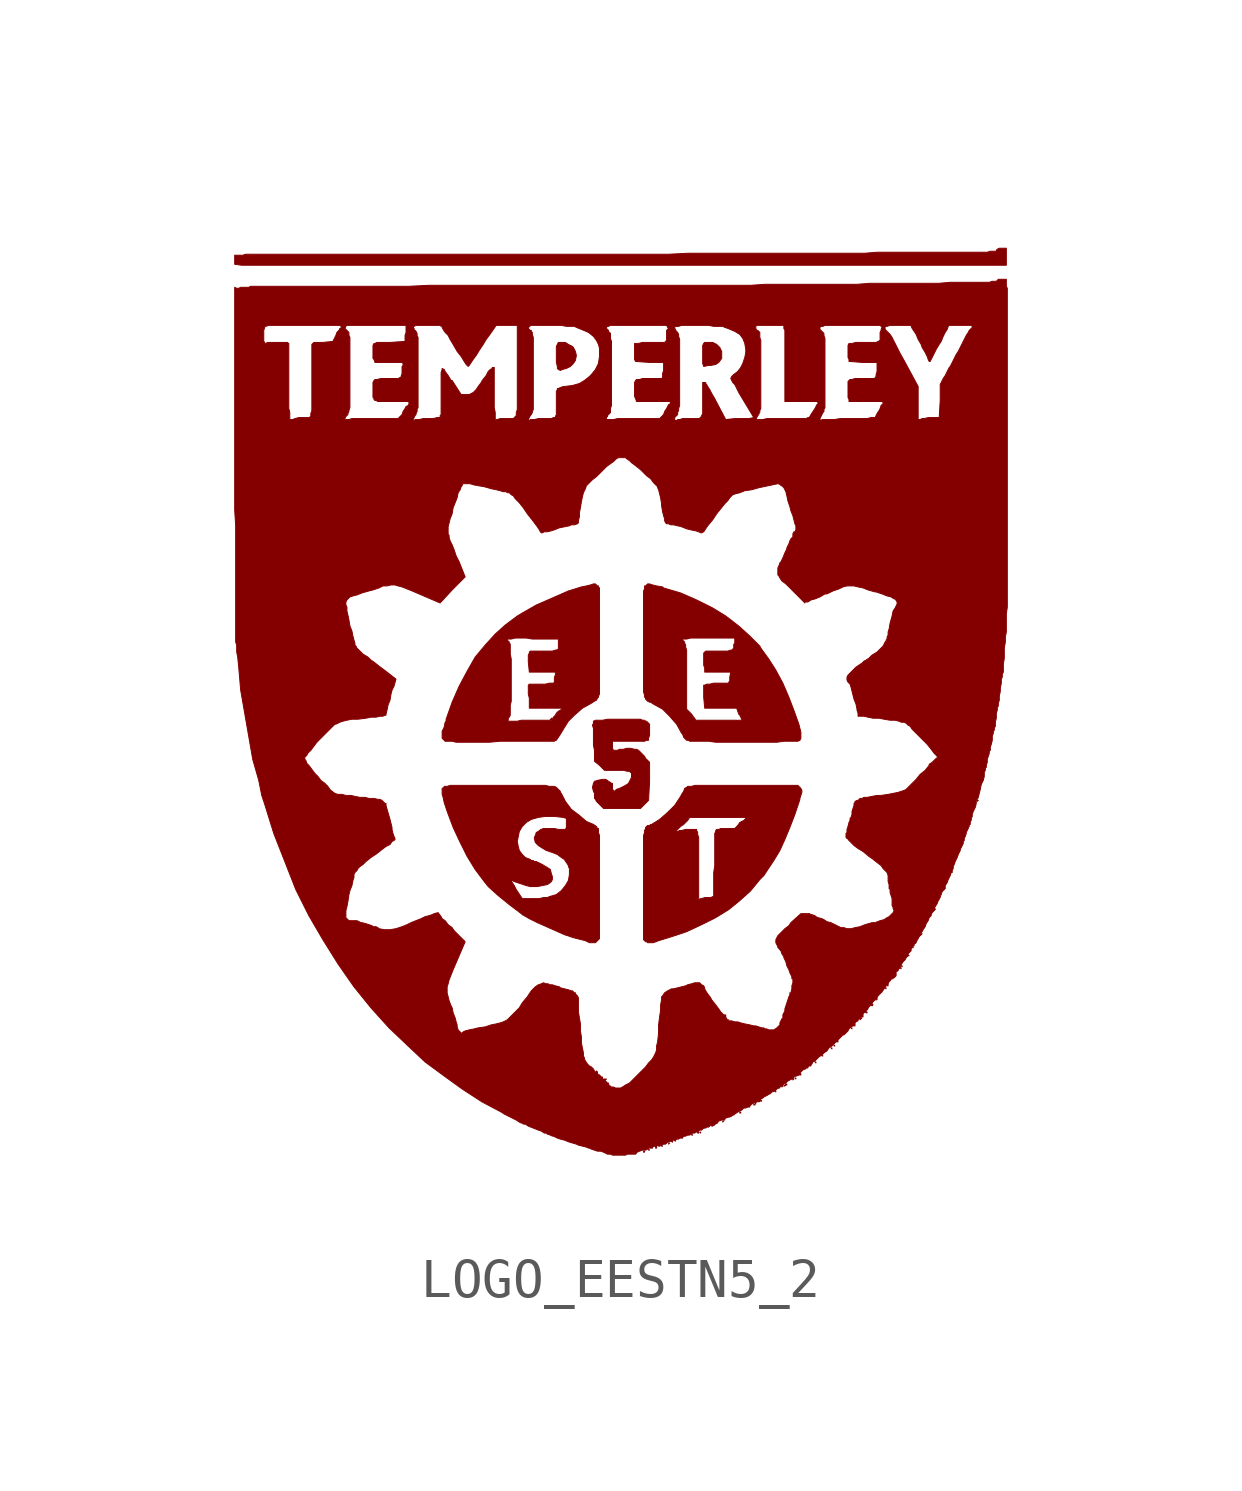
<source format=kicad_sym>
(kicad_symbol_lib
  (version 20211014)
  (generator kicad_symbol_editor)
  (symbol "LOGO_EESTN5_2"
    (pin_names
      (offset 1.016))
    (property "Reference" "#G"
      (at 0 -13.284 0)
      (effects (font (size 1.524 1.524)) hide))
    (symbol "LOGO_EESTN5_2_0_0"
      (polyline (pts (xy 0.711 -11.354) (xy 0.711 -11.379) (xy 0.737 -11.379) (xy 0.711 -11.354)) (stroke (width 0.025) (type default) (color 0 0 0 0)) (fill (type outline)))
      (polyline (pts (xy 1.041 -11.252) (xy 1.041 -11.278) (xy 1.067 -11.278) (xy 1.041 -11.252)) (stroke (width 0.025) (type default) (color 0 0 0 0)) (fill (type outline)))
      (polyline (pts (xy 1.245 -11.201) (xy 1.219 -11.201) (xy 1.219 -11.227) (xy 1.245 -11.201)) (stroke (width 0.025) (type default) (color 0 0 0 0)) (fill (type outline)))
      (polyline (pts (xy 1.803 -10.973) (xy 1.803 -10.998) (xy 1.829 -10.998) (xy 1.803 -10.973)) (stroke (width 0.025) (type default) (color 0 0 0 0)) (fill (type outline)))
      (polyline (pts (xy 2.032 -10.922) (xy 2.007 -10.922) (xy 2.032 -10.947) (xy 2.032 -10.922)) (stroke (width 0.025) (type default) (color 0 0 0 0)) (fill (type outline)))
      (polyline (pts (xy 2.616 -10.643) (xy 2.591 -10.643) (xy 2.591 -10.668) (xy 2.616 -10.643)) (stroke (width 0.025) (type default) (color 0 0 0 0)) (fill (type outline)))
      (polyline (pts (xy 3.378 -10.211) (xy 3.378 -10.236) (xy 3.404 -10.236) (xy 3.378 -10.211)) (stroke (width 0.025) (type default) (color 0 0 0 0)) (fill (type outline)))
      (polyline (pts (xy 3.429 -10.185) (xy 3.404 -10.211) (xy 3.429 -10.211) (xy 3.429 -10.185)) (stroke (width 0.025) (type default) (color 0 0 0 0)) (fill (type outline)))
      (polyline (pts (xy 3.531 -10.135) (xy 3.505 -10.135) (xy 3.505 -10.16) (xy 3.531 -10.135)) (stroke (width 0.025) (type default) (color 0 0 0 0)) (fill (type outline)))
      (polyline (pts (xy 3.937 -9.881) (xy 3.912 -9.881) (xy 3.937 -9.906) (xy 3.937 -9.881)) (stroke (width 0.025) (type default) (color 0 0 0 0)) (fill (type outline)))
      (polyline (pts (xy 4.445 -9.55) (xy 4.42 -9.55) (xy 4.445 -9.576) (xy 4.445 -9.55)) (stroke (width 0.025) (type default) (color 0 0 0 0)) (fill (type outline)))
      (polyline (pts (xy 4.953 -9.144) (xy 4.928 -9.144) (xy 4.953 -9.169) (xy 4.953 -9.144)) (stroke (width 0.025) (type default) (color 0 0 0 0)) (fill (type outline)))
      (polyline (pts (xy 5.105 -8.966) (xy 5.105 -8.992) (xy 5.131 -8.992) (xy 5.105 -8.966)) (stroke (width 0.025) (type default) (color 0 0 0 0)) (fill (type outline)))
      (polyline (pts (xy 5.359 -8.788) (xy 5.334 -8.788) (xy 5.359 -8.814) (xy 5.359 -8.788)) (stroke (width 0.025) (type default) (color 0 0 0 0)) (fill (type outline)))
      (polyline (pts (xy 5.41 -8.712) (xy 5.41 -8.738) (xy 5.436 -8.738) (xy 5.41 -8.712)) (stroke (width 0.025) (type default) (color 0 0 0 0)) (fill (type outline)))
      (polyline (pts (xy 5.867 -8.28) (xy 5.842 -8.28) (xy 5.867 -8.306) (xy 5.867 -8.28)) (stroke (width 0.025) (type default) (color 0 0 0 0)) (fill (type outline)))
      (polyline (pts (xy 6.121 -8.026) (xy 6.071 -8.026) (xy 6.071 -8.077) (xy 6.121 -8.026)) (stroke (width 0.025) (type default) (color 0 0 0 0)) (fill (type outline)))
      (polyline (pts (xy 6.731 -7.264) (xy 6.706 -7.264) (xy 6.731 -7.29) (xy 6.731 -7.264)) (stroke (width 0.025) (type default) (color 0 0 0 0)) (fill (type outline)))
      (polyline (pts (xy 7.112 -6.756) (xy 7.087 -6.756) (xy 7.112 -6.782) (xy 7.112 -6.756)) (stroke (width 0.025) (type default) (color 0 0 0 0)) (fill (type outline)))
      (polyline (pts (xy 7.137 -6.706) (xy 7.112 -6.706) (xy 7.137 -6.731) (xy 7.137 -6.706)) (stroke (width 0.025) (type default) (color 0 0 0 0)) (fill (type outline)))
      (polyline (pts (xy 7.645 -5.893) (xy 7.62 -5.893) (xy 7.62 -5.918) (xy 7.645 -5.893)) (stroke (width 0.025) (type default) (color 0 0 0 0)) (fill (type outline)))
      (polyline (pts (xy 9.068 -2.515) (xy 9.042 -2.515) (xy 9.042 -2.54) (xy 9.068 -2.515)) (stroke (width 0.025) (type default) (color 0 0 0 0)) (fill (type outline)))
      (polyline (pts (xy 0.61 -11.405) (xy 0.584 -11.405) (xy 0.584 -11.43) (xy 0.61 -11.43) (xy 0.61 -11.405)) (stroke (width 0.025) (type default) (color 0 0 0 0)) (fill (type outline)))
      (polyline (pts (xy 1.981 -10.922) (xy 1.956 -10.922) (xy 1.956 -10.947) (xy 1.981 -10.947) (xy 1.981 -10.922)) (stroke (width 0.025) (type default) (color 0 0 0 0)) (fill (type outline)))
      (polyline (pts (xy 3.048 -10.414) (xy 3.023 -10.414) (xy 3.023 -10.439) (xy 3.048 -10.439) (xy 3.048 -10.414)) (stroke (width 0.025) (type default) (color 0 0 0 0)) (fill (type outline)))
      (polyline (pts (xy 6.248 -7.874) (xy 6.198 -7.874) (xy 6.223 -7.899) (xy 6.248 -7.899) (xy 6.248 -7.874)) (stroke (width 0.025) (type default) (color 0 0 0 0)) (fill (type outline)))
      (polyline (pts (xy 6.401 -7.696) (xy 6.375 -7.671) (xy 6.375 -7.696) (xy 6.35 -7.696) (xy 6.375 -7.722) (xy 6.401 -7.696)) (stroke (width 0.025) (type default) (color 0 0 0 0)) (fill (type outline)))
      (polyline (pts (xy 4.191 -9.728) (xy 4.216 -9.728) (xy 4.216 -9.703) (xy 4.191 -9.703) (xy 4.14 -9.754) (xy 4.166 -9.754) (xy 4.191 -9.728)) (stroke (width 0.025) (type default) (color 0 0 0 0)) (fill (type outline)))
      (polyline (pts (xy 2.235 8.509) (xy 2.286 8.509) (xy 2.413 8.534) (xy 2.489 8.585) (xy 2.565 8.687) (xy 2.565 8.865) (xy 2.515 8.966) (xy 2.438 9.042) (xy 2.337 9.093) (xy 2.134 9.093) (xy 2.108 9.068) (xy 2.083 9.017) (xy 2.083 8.56) (xy 2.108 8.484) (xy 2.235 8.509)) (stroke (width 0.025) (type default) (color 0 0 0 0)) (fill (type outline)))
      (polyline (pts (xy 9.779 11.481) (xy 9.601 11.481) (xy 9.55 11.455) (xy 9.525 11.43) (xy 9.525 11.405) (xy 9.373 11.405) (xy 9.296 11.379) (xy 6.502 11.379) (xy 6.198 11.354) (xy 1.727 11.354) (xy 1.219 11.328) (xy -9.5 11.328) (xy -9.576 11.303) (xy -9.779 11.303) (xy -9.779 11.074) (xy -9.601 11.049) (xy 9.779 11.049) (xy 9.779 11.481)) (stroke (width 0.025) (type default) (color 0 0 0 0)) (fill (type outline)))
      (polyline (pts (xy -1.473 8.407) (xy -1.372 8.433) (xy -1.27 8.484) (xy -1.194 8.56) (xy -1.143 8.636) (xy -1.118 8.763) (xy -1.143 8.865) (xy -1.194 8.966) (xy -1.219 8.992) (xy -1.321 9.042) (xy -1.397 9.093) (xy -1.575 9.093) (xy -1.626 8.992) (xy -1.626 8.585) (xy -1.6 8.484) (xy -1.6 8.433) (xy -1.575 8.407) (xy -1.524 8.382) (xy -1.473 8.407)) (stroke (width 0.025) (type default) (color 0 0 0 0)) (fill (type outline)))
      (polyline (pts (xy 0.711 -2.515) (xy 0.737 -2.032) (xy 0.737 -1.549) (xy 0.635 -1.448) (xy 0.61 -1.397) (xy 0.457 -1.245) (xy 0.406 -1.219) (xy 0.356 -1.219) (xy 0.254 -1.194) (xy 0.152 -1.194) (xy 0.076 -1.219) (xy -0.025 -1.219) (xy -0.076 -1.245) (xy -0.178 -1.245) (xy -0.203 -1.194) (xy -0.203 -1.016) (xy 0.61 -1.016) (xy 0.66 -0.991) (xy 0.711 -0.991) (xy 0.711 -0.94) (xy 0.737 -0.864) (xy 0.737 -0.584) (xy 0.66 -0.508) (xy 0.635 -0.508) (xy 0.61 -0.483) (xy 0.559 -0.483) (xy 0.508 -0.457) (xy -0.33 -0.457) (xy -0.457 -0.483) (xy -0.635 -0.483) (xy -0.686 -0.508) (xy -0.686 -0.559) (xy -0.711 -0.61) (xy -0.686 -0.686) (xy -0.686 -1.118) (xy -0.66 -1.245) (xy -0.66 -1.524) (xy -0.533 -1.626) (xy -0.406 -1.753) (xy 0.076 -1.753) (xy 0.178 -1.778) (xy 0.229 -1.778) (xy 0.279 -1.829) (xy 0.279 -1.93) (xy 0.203 -2.083) (xy 0.127 -2.134) (xy -0.025 -2.21) (xy -0.102 -2.235) (xy -0.152 -2.286) (xy -0.203 -2.235) (xy -0.203 -2.083) (xy -0.229 -2.083) (xy -0.254 -2.057) (xy -0.305 -2.032) (xy -0.33 -2.007) (xy -0.381 -1.981) (xy -0.457 -1.981) (xy -0.584 -2.007) (xy -0.66 -2.032) (xy -0.686 -2.083) (xy -0.711 -2.184) (xy -0.686 -2.286) (xy -0.66 -2.337) (xy -0.66 -2.464) (xy -0.635 -2.489) (xy -0.61 -2.54) (xy -0.432 -2.718) (xy 0.508 -2.718) (xy 0.711 -2.515)) (stroke (width 0.025) (type default) (color 0 0 0 0)) (fill (type outline)))
      (polyline (pts (xy 0.965 -6.071) (xy 1.295 -5.969) (xy 1.676 -5.842) (xy 2.057 -5.664) (xy 2.413 -5.486) (xy 2.743 -5.283) (xy 3.023 -5.055) (xy 3.277 -4.826) (xy 3.302 -4.801) (xy 3.429 -4.648) (xy 3.531 -4.521) (xy 3.632 -4.42) (xy 3.886 -4.039) (xy 4.039 -3.785) (xy 4.166 -3.505) (xy 4.293 -3.2) (xy 4.42 -2.87) (xy 4.547 -2.489) (xy 4.547 -2.464) (xy 4.597 -2.311) (xy 4.597 -2.261) (xy 4.572 -2.21) (xy 4.496 -2.134) (xy 1.88 -2.134) (xy 1.803 -2.159) (xy 1.702 -2.159) (xy 1.676 -2.184) (xy 1.626 -2.21) (xy 1.6 -2.286) (xy 1.549 -2.362) (xy 1.524 -2.413) (xy 1.372 -2.642) (xy 1.194 -2.819) (xy 0.991 -2.997) (xy 0.787 -3.124) (xy 0.762 -3.124) (xy 0.737 -3.15) (xy 0.686 -3.15) (xy 0.635 -3.2) (xy 0.635 -3.226) (xy 0.61 -3.277) (xy 0.61 -3.302) (xy 1.422 -3.302) (xy 1.422 -3.277) (xy 1.524 -3.175) (xy 1.6 -3.124) (xy 1.702 -3.023) (xy 1.753 -2.946) (xy 3.175 -2.946) (xy 3.175 -2.972) (xy 3.124 -3.023) (xy 3.023 -3.073) (xy 2.972 -3.15) (xy 2.896 -3.226) (xy 2.54 -3.226) (xy 2.489 -3.251) (xy 2.438 -3.251) (xy 2.413 -3.277) (xy 2.413 -3.302) (xy 2.388 -3.353) (xy 2.388 -4.166) (xy 2.362 -4.343) (xy 2.362 -4.953) (xy 2.337 -4.953) (xy 2.286 -4.978) (xy 2.134 -4.978) (xy 2.057 -5.004) (xy 2.032 -5.004) (xy 1.981 -5.029) (xy 1.981 -3.454) (xy 1.956 -3.378) (xy 1.956 -3.327) (xy 1.93 -3.277) (xy 1.93 -3.251) (xy 1.651 -3.251) (xy 1.549 -3.277) (xy 1.499 -3.277) (xy 1.448 -3.302) (xy 1.422 -3.302) (xy 0.61 -3.302) (xy 0.61 -3.327) (xy 0.584 -3.404) (xy 0.584 -6.045) (xy 0.635 -6.096) (xy 0.66 -6.096) (xy 0.686 -6.121) (xy 0.838 -6.121) (xy 0.965 -6.071)) (stroke (width 0.025) (type default) (color 0 0 0 0)) (fill (type outline)))
      (polyline (pts (xy 4.14 -1.016) (xy 4.496 -1.016) (xy 4.547 -0.991) (xy 4.572 -0.94) (xy 4.572 -0.787) (xy 4.521 -0.584) (xy 4.394 -0.229) (xy 4.267 0.102) (xy 4.115 0.457) (xy 3.937 0.787) (xy 3.759 1.067) (xy 3.556 1.346) (xy 3.531 1.397) (xy 3.277 1.651) (xy 2.997 1.905) (xy 2.667 2.159) (xy 2.337 2.362) (xy 1.93 2.565) (xy 1.524 2.743) (xy 1.092 2.87) (xy 1.067 2.896) (xy 0.914 2.921) (xy 0.813 2.946) (xy 0.737 2.972) (xy 0.686 2.972) (xy 0.635 2.921) (xy 0.61 2.921) (xy 0.61 2.845) (xy 0.584 2.794) (xy 0.584 1.549) (xy 1.575 1.549) (xy 1.575 1.575) (xy 1.676 1.575) (xy 1.778 1.6) (xy 2.896 1.6) (xy 2.896 1.448) (xy 2.87 1.448) (xy 2.87 1.346) (xy 2.819 1.295) (xy 2.794 1.295) (xy 2.718 1.27) (xy 2.159 1.27) (xy 2.108 1.219) (xy 2.108 0.914) (xy 2.134 0.838) (xy 2.134 0.737) (xy 2.794 0.737) (xy 2.769 0.61) (xy 2.769 0.508) (xy 2.743 0.483) (xy 2.743 0.457) (xy 2.362 0.457) (xy 2.261 0.432) (xy 2.184 0.432) (xy 2.134 0.406) (xy 2.108 0.406) (xy 2.108 0.102) (xy 2.134 -0.178) (xy 2.946 -0.178) (xy 2.997 -0.33) (xy 3.023 -0.356) (xy 3.073 -0.457) (xy 3.073 -0.483) (xy 2.972 -0.483) (xy 2.946 -0.508) (xy 2.946 -0.483) (xy 1.905 -0.483) (xy 1.88 -0.432) (xy 1.854 -0.406) (xy 1.803 -0.33) (xy 1.676 -0.203) (xy 1.676 1.295) (xy 1.651 1.372) (xy 1.651 1.422) (xy 1.626 1.473) (xy 1.626 1.499) (xy 1.575 1.549) (xy 0.584 1.549) (xy 0.584 0.229) (xy 0.61 0.152) (xy 0.61 0.102) (xy 0.635 0.076) (xy 0.635 0.051) (xy 0.686 0) (xy 0.737 -0.025) (xy 0.762 -0.025) (xy 0.838 -0.076) (xy 1.067 -0.203) (xy 1.245 -0.381) (xy 1.422 -0.584) (xy 1.549 -0.813) (xy 1.575 -0.838) (xy 1.6 -0.914) (xy 1.676 -0.991) (xy 1.727 -0.991) (xy 1.753 -1.016) (xy 2.235 -1.016) (xy 2.413 -1.041) (xy 3.962 -1.041) (xy 4.14 -1.016)) (stroke (width 0.025) (type default) (color 0 0 0 0)) (fill (type outline)))
      (polyline (pts (xy -3.048 -1.016) (xy -1.676 -1.016) (xy -1.651 -0.991) (xy -1.626 -0.991) (xy -1.524 -0.838) (xy -1.448 -0.711) (xy -1.321 -0.508) (xy -1.168 -0.356) (xy -0.965 -0.178) (xy -0.737 -0.051) (xy -0.66 0) (xy -0.61 0.025) (xy -0.584 0.076) (xy -0.559 0.102) (xy -0.559 0.127) (xy -0.533 0.178) (xy -0.533 2.87) (xy -0.559 2.896) (xy -0.559 2.921) (xy -0.584 2.921) (xy -0.635 2.972) (xy -0.686 2.972) (xy -0.762 2.946) (xy -0.864 2.921) (xy -0.991 2.896) (xy -1.321 2.794) (xy -2.134 2.438) (xy -2.489 2.235) (xy -2.616 2.159) (xy -2.921 1.93) (xy -3.175 1.702) (xy -3.429 1.422) (xy -3.683 1.118) (xy -3.886 0.762) (xy -4.089 0.381) (xy -4.267 -0.025) (xy -4.42 -0.457) (xy -4.42 -0.508) (xy -2.87 -0.508) (xy -2.845 -0.483) (xy -2.845 -0.432) (xy -2.819 -0.406) (xy -2.794 -0.356) (xy -2.794 -0.102) (xy -2.769 0) (xy -2.769 1.067) (xy -2.794 1.194) (xy -2.794 1.448) (xy -2.819 1.473) (xy -2.819 1.499) (xy -2.87 1.549) (xy -2.87 1.575) (xy -2.769 1.575) (xy -2.667 1.6) (xy -2.388 1.6) (xy -2.235 1.575) (xy -1.575 1.575) (xy -1.575 1.321) (xy -1.626 1.295) (xy -1.651 1.295) (xy -1.727 1.27) (xy -2.286 1.27) (xy -2.311 1.245) (xy -2.311 1.219) (xy -2.337 1.168) (xy -2.337 0.991) (xy -2.311 0.737) (xy -1.651 0.737) (xy -1.651 0.66) (xy -1.676 0.61) (xy -1.676 0.483) (xy -1.702 0.457) (xy -1.803 0.457) (xy -1.905 0.432) (xy -2.311 0.432) (xy -2.337 0.406) (xy -2.337 0.178) (xy -2.311 0.076) (xy -2.311 -0.178) (xy -1.473 -0.178) (xy -1.473 -0.203) (xy -1.499 -0.203) (xy -1.524 -0.229) (xy -1.575 -0.254) (xy -1.626 -0.305) (xy -1.651 -0.356) (xy -1.702 -0.406) (xy -1.702 -0.432) (xy -1.753 -0.432) (xy -1.753 -0.457) (xy -1.727 -0.483) (xy -1.753 -0.483) (xy -1.778 -0.457) (xy -1.778 -0.483) (xy -2.515 -0.483) (xy -2.616 -0.508) (xy -2.87 -0.508) (xy -4.42 -0.508) (xy -4.445 -0.533) (xy -4.47 -0.66) (xy -4.521 -0.762) (xy -4.521 -0.94) (xy -4.445 -1.016) (xy -4.267 -1.016) (xy -4.166 -1.041) (xy -3.327 -1.041) (xy -3.048 -1.016)) (stroke (width 0.025) (type default) (color 0 0 0 0)) (fill (type outline)))
      (polyline (pts (xy -0.533 -6.02) (xy -0.533 -3.404) (xy -0.559 -3.327) (xy -0.559 -3.226) (xy -0.584 -3.226) (xy -0.61 -3.175) (xy -0.686 -3.124) (xy -0.864 -3.048) (xy -1.041 -2.896) (xy -1.245 -2.743) (xy -1.397 -2.54) (xy -1.499 -2.337) (xy -1.524 -2.311) (xy -1.524 -2.286) (xy -1.626 -2.184) (xy -1.676 -2.159) (xy -1.803 -2.159) (xy -1.905 -2.134) (xy -4.318 -2.134) (xy -4.394 -2.159) (xy -4.47 -2.159) (xy -4.47 -2.184) (xy -4.521 -2.21) (xy -4.521 -2.362) (xy -4.496 -2.438) (xy -4.47 -2.565) (xy -4.394 -2.794) (xy -4.242 -3.2) (xy -4.064 -3.581) (xy -3.886 -3.937) (xy -3.683 -4.267) (xy -3.454 -4.572) (xy -2.769 -4.572) (xy -2.743 -4.547) (xy -2.692 -4.572) (xy -2.388 -4.674) (xy -2.286 -4.699) (xy -2.108 -4.699) (xy -1.854 -4.648) (xy -1.778 -4.597) (xy -1.753 -4.572) (xy -1.727 -4.521) (xy -1.727 -4.445) (xy -1.753 -4.369) (xy -1.778 -4.267) (xy -1.854 -4.216) (xy -1.981 -4.14) (xy -2.134 -4.064) (xy -2.184 -4.064) (xy -2.21 -4.039) (xy -2.261 -4.039) (xy -2.286 -4.013) (xy -2.413 -3.962) (xy -2.489 -3.886) (xy -2.565 -3.785) (xy -2.591 -3.683) (xy -2.616 -3.556) (xy -2.565 -3.302) (xy -2.489 -3.175) (xy -2.388 -3.073) (xy -2.261 -2.997) (xy -2.083 -2.946) (xy -1.905 -2.921) (xy -1.676 -2.921) (xy -1.448 -2.946) (xy -1.372 -2.972) (xy -1.372 -3.2) (xy -1.397 -3.251) (xy -1.575 -3.251) (xy -1.676 -3.226) (xy -1.956 -3.226) (xy -2.007 -3.251) (xy -2.032 -3.251) (xy -2.032 -3.277) (xy -2.057 -3.277) (xy -2.083 -3.302) (xy -2.134 -3.327) (xy -2.159 -3.404) (xy -2.184 -3.454) (xy -2.184 -3.48) (xy -2.159 -3.581) (xy -2.083 -3.658) (xy -2.007 -3.708) (xy -1.88 -3.785) (xy -1.727 -3.835) (xy -1.6 -3.886) (xy -1.499 -3.962) (xy -1.422 -4.013) (xy -1.321 -4.166) (xy -1.321 -4.191) (xy -1.295 -4.242) (xy -1.295 -4.394) (xy -1.321 -4.547) (xy -1.397 -4.674) (xy -1.499 -4.801) (xy -1.626 -4.902) (xy -1.803 -4.953) (xy -1.854 -4.978) (xy -1.956 -4.978) (xy -2.057 -5.004) (xy -2.489 -5.004) (xy -2.642 -4.775) (xy -2.692 -4.674) (xy -2.743 -4.597) (xy -2.769 -4.572) (xy -3.454 -4.572) (xy -3.353 -4.699) (xy -3.099 -4.928) (xy -2.819 -5.156) (xy -2.515 -5.385) (xy -2.489 -5.41) (xy -2.311 -5.512) (xy -2.108 -5.613) (xy -1.422 -5.918) (xy -1.194 -5.994) (xy -0.889 -6.071) (xy -0.787 -6.121) (xy -0.635 -6.121) (xy -0.533 -6.02)) (stroke (width 0.025) (type default) (color 0 0 0 0)) (fill (type outline)))
      (polyline (pts (xy 0.178 -11.481) (xy 0.381 -11.481) (xy 0.406 -11.455) (xy 0.356 -11.455) (xy 0.381 -11.43) (xy 0.432 -11.43) (xy 0.483 -11.405) (xy 0.559 -11.379) (xy 0.635 -11.379) (xy 0.686 -11.354) (xy 0.711 -11.328) (xy 0.813 -11.328) (xy 0.787 -11.303) (xy 0.813 -11.303) (xy 0.864 -11.278) (xy 0.889 -11.278) (xy 0.889 -11.328) (xy 0.914 -11.328) (xy 0.914 -11.278) (xy 0.965 -11.252) (xy 0.965 -11.278) (xy 0.991 -11.278) (xy 1.092 -11.227) (xy 1.143 -11.227) (xy 1.194 -11.176) (xy 1.219 -11.176) (xy 1.27 -11.151) (xy 1.321 -11.176) (xy 1.321 -11.125) (xy 1.346 -11.125) (xy 1.397 -11.151) (xy 1.397 -11.125) (xy 1.422 -11.1) (xy 1.473 -11.1) (xy 1.499 -11.074) (xy 1.575 -11.074) (xy 1.575 -11.049) (xy 1.626 -11.024) (xy 1.651 -11.024) (xy 1.702 -10.998) (xy 1.753 -10.998) (xy 1.778 -10.973) (xy 1.829 -10.947) (xy 1.88 -10.947) (xy 1.905 -10.922) (xy 1.93 -10.922) (xy 1.981 -10.897) (xy 2.007 -10.871) (xy 2.057 -10.871) (xy 2.108 -10.82) (xy 2.159 -10.82) (xy 2.184 -10.795) (xy 2.235 -10.795) (xy 2.286 -10.744) (xy 2.311 -10.744) (xy 2.311 -10.77) (xy 2.337 -10.77) (xy 2.362 -10.744) (xy 2.388 -10.744) (xy 2.362 -10.719) (xy 2.413 -10.719) (xy 2.438 -10.693) (xy 2.464 -10.693) (xy 2.464 -10.668) (xy 2.489 -10.643) (xy 2.565 -10.617) (xy 2.642 -10.617) (xy 2.642 -10.592) (xy 2.667 -10.566) (xy 2.743 -10.541) (xy 2.769 -10.541) (xy 2.819 -10.516) (xy 2.845 -10.49) (xy 2.87 -10.49) (xy 2.896 -10.465) (xy 2.972 -10.414) (xy 3.073 -10.363) (xy 3.124 -10.312) (xy 3.175 -10.312) (xy 3.226 -10.287) (xy 3.277 -10.287) (xy 3.277 -10.262) (xy 3.327 -10.211) (xy 3.378 -10.185) (xy 3.454 -10.16) (xy 3.505 -10.135) (xy 3.581 -10.135) (xy 3.556 -10.109) (xy 3.556 -10.084) (xy 3.607 -10.058) (xy 3.632 -10.033) (xy 3.734 -9.982) (xy 3.759 -9.957) (xy 3.785 -9.957) (xy 3.835 -9.906) (xy 3.912 -9.881) (xy 3.962 -9.83) (xy 4.013 -9.804) (xy 4.039 -9.804) (xy 4.039 -9.779) (xy 4.064 -9.754) (xy 4.089 -9.754) (xy 4.089 -9.779) (xy 4.115 -9.754) (xy 4.115 -9.728) (xy 4.14 -9.703) (xy 4.191 -9.677) (xy 4.242 -9.627) (xy 4.343 -9.576) (xy 4.369 -9.576) (xy 4.369 -9.601) (xy 4.394 -9.576) (xy 4.369 -9.55) (xy 4.394 -9.525) (xy 4.445 -9.5) (xy 4.47 -9.5) (xy 4.521 -9.474) (xy 4.572 -9.474) (xy 4.572 -9.449) (xy 4.547 -9.423) (xy 4.623 -9.347) (xy 4.674 -9.322) (xy 4.699 -9.322) (xy 4.699 -9.296) (xy 4.75 -9.296) (xy 4.75 -9.271) (xy 4.775 -9.246) (xy 4.826 -9.246) (xy 4.826 -9.22) (xy 4.851 -9.195) (xy 4.877 -9.144) (xy 4.928 -9.119) (xy 5.029 -9.017) (xy 5.105 -8.966) (xy 5.156 -8.915) (xy 5.232 -8.865) (xy 5.283 -8.788) (xy 5.359 -8.738) (xy 5.461 -8.636) (xy 5.512 -8.636) (xy 5.512 -8.585) (xy 5.639 -8.458) (xy 5.664 -8.458) (xy 5.766 -8.357) (xy 5.791 -8.306) (xy 5.842 -8.255) (xy 5.893 -8.23) (xy 5.944 -8.23) (xy 5.944 -8.153) (xy 5.969 -8.128) (xy 6.02 -8.103) (xy 6.02 -8.077) (xy 6.096 -8.001) (xy 6.147 -8.001) (xy 6.147 -7.925) (xy 6.274 -7.798) (xy 6.274 -7.772) (xy 6.35 -7.696) (xy 6.401 -7.62) (xy 6.452 -7.569) (xy 6.502 -7.569) (xy 6.502 -7.518) (xy 6.528 -7.468) (xy 6.629 -7.366) (xy 6.68 -7.29) (xy 6.706 -7.264) (xy 6.706 -7.239) (xy 6.731 -7.214) (xy 6.782 -7.214) (xy 6.782 -7.163) (xy 6.807 -7.112) (xy 6.858 -7.061) (xy 6.858 -7.036) (xy 6.909 -7.036) (xy 6.909 -6.985) (xy 6.934 -6.934) (xy 6.96 -6.934) (xy 6.934 -6.985) (xy 6.934 -7.01) (xy 6.985 -6.96) (xy 6.985 -6.858) (xy 7.036 -6.833) (xy 7.036 -6.807) (xy 7.087 -6.756) (xy 7.087 -6.731) (xy 7.112 -6.68) (xy 7.163 -6.604) (xy 7.214 -6.553) (xy 7.239 -6.502) (xy 7.29 -6.452) (xy 7.315 -6.452) (xy 7.29 -6.426) (xy 7.29 -6.401) (xy 7.366 -6.325) (xy 7.366 -6.274) (xy 7.391 -6.248) (xy 7.417 -6.248) (xy 7.417 -6.198) (xy 7.442 -6.198) (xy 7.442 -6.147) (xy 7.468 -6.147) (xy 7.493 -6.121) (xy 7.493 -6.096) (xy 7.518 -6.071) (xy 7.518 -6.045) (xy 7.544 -6.02) (xy 7.569 -5.969) (xy 7.62 -5.918) (xy 7.595 -5.918) (xy 7.62 -5.867) (xy 7.645 -5.842) (xy 7.671 -5.791) (xy 7.722 -5.715) (xy 7.747 -5.639) (xy 7.798 -5.563) (xy 7.823 -5.486) (xy 7.874 -5.436) (xy 7.874 -5.41) (xy 7.899 -5.359) (xy 7.976 -5.283) (xy 7.976 -5.258) (xy 7.95 -5.258) (xy 7.976 -5.207) (xy 8.026 -5.131) (xy 8.052 -5.055) (xy 8.077 -5.029) (xy 8.077 -5.004) (xy 8.103 -4.978) (xy 8.103 -4.953) (xy 8.128 -4.902) (xy 8.153 -4.826) (xy 8.23 -4.75) (xy 8.23 -4.674) (xy 8.28 -4.597) (xy 8.306 -4.521) (xy 8.357 -4.42) (xy 8.382 -4.343) (xy 8.407 -4.343) (xy 8.407 -4.293) (xy 8.433 -4.242) (xy 8.433 -4.191) (xy 8.458 -4.14) (xy 8.484 -4.064) (xy 8.534 -3.962) (xy 8.56 -3.886) (xy 8.611 -3.785) (xy 8.611 -3.759) (xy 8.687 -3.607) (xy 8.687 -3.556) (xy 8.712 -3.531) (xy 8.712 -3.48) (xy 8.738 -3.429) (xy 8.763 -3.353) (xy 8.763 -3.327) (xy 8.814 -3.226) (xy 8.814 -3.2) (xy 8.839 -3.175) (xy 8.839 -3.124) (xy 8.865 -3.124) (xy 8.865 -3.048) (xy 8.89 -3.023) (xy 8.89 -2.972) (xy 8.915 -2.921) (xy 8.915 -2.87) (xy 8.941 -2.794) (xy 8.992 -2.692) (xy 9.017 -2.591) (xy 9.017 -2.515) (xy 9.042 -2.489) (xy 9.068 -2.438) (xy 9.119 -2.235) (xy 9.144 -2.108) (xy 9.195 -2.007) (xy 9.22 -1.905) (xy 9.22 -1.803) (xy 9.246 -1.753) (xy 9.246 -1.702) (xy 9.271 -1.676) (xy 9.271 -1.626) (xy 9.296 -1.549) (xy 9.296 -1.473) (xy 9.347 -1.321) (xy 9.347 -1.27) (xy 9.373 -1.245) (xy 9.373 -1.168) (xy 9.398 -1.092) (xy 9.423 -0.991) (xy 9.423 -0.889) (xy 9.449 -0.813) (xy 9.449 -0.762) (xy 9.474 -0.737) (xy 9.474 -0.686) (xy 9.5 -0.635) (xy 9.5 -0.533) (xy 9.525 -0.432) (xy 9.525 -0.305) (xy 9.55 -0.229) (xy 9.55 -0.152) (xy 9.576 -0.127) (xy 9.576 -0.051) (xy 9.601 0.025) (xy 9.601 0.127) (xy 9.627 0.254) (xy 9.627 0.33) (xy 9.652 0.457) (xy 9.652 0.559) (xy 9.677 0.61) (xy 9.677 0.686) (xy 9.703 0.737) (xy 9.703 0.94) (xy 9.728 1.092) (xy 9.728 1.346) (xy 9.754 1.499) (xy 9.754 1.626) (xy 9.779 1.753) (xy 9.779 2.21) (xy 9.804 2.388) (xy 9.804 10.465) (xy 9.779 10.516) (xy 9.779 10.693) (xy 9.576 10.693) (xy 9.525 10.643) (xy 9.423 10.643) (xy 9.347 10.617) (xy 8.357 10.617) (xy 8.077 10.592) (xy 6.325 10.592) (xy 5.994 10.566) (xy 3.658 10.566) (xy 3.302 10.541) (xy -4.851 10.541) (xy -5.359 10.516) (xy -9.373 10.516) (xy -9.423 10.49) (xy -9.627 10.49) (xy -9.677 10.465) (xy -9.728 10.465) (xy -9.779 10.49) (xy -9.779 9.119) (xy -9.042 9.119) (xy -9.042 9.398) (xy -9.017 9.474) (xy -9.017 9.5) (xy -8.992 9.5) (xy -8.915 9.525) (xy -7.112 9.525) (xy -7.087 9.5) (xy -7.061 9.5) (xy -7.061 9.474) (xy -7.112 9.449) (xy -7.137 9.398) (xy -7.188 9.347) (xy -7.214 9.271) (xy -7.29 9.119) (xy -7.544 9.093) (xy -7.772 9.093) (xy -7.823 9.042) (xy -7.823 7.366) (xy -7.849 7.29) (xy -7.849 7.214) (xy -7.899 7.188) (xy -8.153 7.188) (xy -8.255 7.163) (xy -8.306 7.137) (xy -6.985 7.137) (xy -6.985 7.163) (xy -6.96 7.214) (xy -6.909 7.264) (xy -6.909 7.29) (xy -6.883 7.341) (xy -6.883 7.366) (xy -6.858 7.442) (xy -6.858 9.22) (xy -6.883 9.271) (xy -6.883 9.347) (xy -6.985 9.449) (xy -6.96 9.5) (xy -6.934 9.525) (xy -5.436 9.525) (xy -5.436 9.347) (xy -5.461 9.271) (xy -5.461 9.119) (xy -5.842 9.093) (xy -6.172 9.093) (xy -6.223 9.068) (xy -6.248 9.068) (xy -6.274 9.017) (xy -6.274 8.687) (xy -6.248 8.661) (xy -6.223 8.585) (xy -5.537 8.585) (xy -5.512 8.56) (xy -5.512 8.509) (xy -5.537 8.484) (xy -5.537 8.306) (xy -5.563 8.23) (xy -5.563 8.204) (xy -5.588 8.204) (xy -5.639 8.179) (xy -6.071 8.179) (xy -6.172 8.153) (xy -6.223 8.153) (xy -6.248 8.128) (xy -6.274 8.077) (xy -6.274 7.696) (xy -6.248 7.671) (xy -6.248 7.645) (xy -6.223 7.62) (xy -6.198 7.62) (xy -6.147 7.595) (xy -5.385 7.595) (xy -5.359 7.569) (xy -5.359 7.544) (xy -5.385 7.493) (xy -5.436 7.468) (xy -5.461 7.417) (xy -5.512 7.341) (xy -5.537 7.264) (xy -5.639 7.163) (xy -6.807 7.163) (xy -6.883 7.137) (xy -5.258 7.137) (xy -5.207 7.239) (xy -5.182 7.264) (xy -5.182 7.29) (xy -5.156 7.341) (xy -5.156 7.391) (xy -5.131 7.442) (xy -5.131 9.22) (xy -5.156 9.271) (xy -5.156 9.322) (xy -5.182 9.373) (xy -5.232 9.423) (xy -5.232 9.449) (xy -5.258 9.474) (xy -5.232 9.5) (xy -5.182 9.525) (xy -4.572 9.525) (xy -4.547 9.5) (xy -4.521 9.5) (xy -4.521 9.474) (xy -4.496 9.423) (xy -4.445 9.347) (xy -4.369 9.271) (xy -4.318 9.169) (xy -4.242 9.042) (xy -4.14 8.865) (xy -4.039 8.738) (xy -3.962 8.611) (xy -3.912 8.534) (xy -3.861 8.484) (xy -3.835 8.509) (xy -3.734 8.661) (xy -3.658 8.763) (xy -3.581 8.89) (xy -3.48 9.042) (xy -3.404 9.169) (xy -3.327 9.271) (xy -3.15 9.525) (xy -2.616 9.525) (xy -2.616 7.391) (xy -2.642 7.315) (xy -2.642 7.239) (xy -2.718 7.163) (xy -3.048 7.163) (xy -3.124 7.137) (xy -2.337 7.137) (xy -2.286 7.239) (xy -2.261 7.264) (xy -2.235 7.315) (xy -2.235 7.341) (xy -2.21 7.391) (xy -2.21 9.22) (xy -2.235 9.296) (xy -2.235 9.347) (xy -2.261 9.373) (xy -2.261 9.398) (xy -2.286 9.398) (xy -2.337 9.449) (xy -2.311 9.5) (xy -2.261 9.525) (xy -1.499 9.525) (xy -1.372 9.5) (xy -1.168 9.5) (xy -1.118 9.474) (xy -0.991 9.423) (xy -0.813 9.347) (xy -0.686 9.246) (xy -0.61 9.144) (xy -0.559 9.042) (xy -0.533 8.941) (xy -0.533 8.738) (xy -0.559 8.56) (xy -0.635 8.407) (xy -0.737 8.28) (xy -0.787 8.23) (xy -0.914 8.128) (xy -1.041 8.052) (xy -1.219 8.001) (xy -1.422 7.976) (xy -1.448 7.976) (xy -1.524 7.95) (xy -1.575 7.925) (xy -1.6 7.925) (xy -1.6 7.899) (xy -1.626 7.849) (xy -1.626 7.264) (xy -1.651 7.214) (xy -1.651 7.188) (xy -1.702 7.188) (xy -1.753 7.163) (xy -2.083 7.163) (xy -2.184 7.137) (xy -0.356 7.137) (xy -0.356 7.188) (xy -0.33 7.214) (xy -0.33 7.239) (xy -0.254 7.315) (xy -0.254 7.417) (xy -0.229 7.493) (xy -0.229 9.119) (xy -0.254 9.195) (xy -0.254 9.322) (xy -0.305 9.373) (xy -0.305 9.398) (xy -0.356 9.449) (xy -0.356 9.474) (xy -0.33 9.5) (xy -0.305 9.5) (xy -0.254 9.525) (xy 1.168 9.525) (xy 1.194 9.474) (xy 1.219 9.449) (xy 1.168 9.398) (xy 1.168 9.144) (xy 1.118 9.093) (xy 0.559 9.093) (xy 0.457 9.068) (xy 0.356 9.068) (xy 0.356 8.661) (xy 0.381 8.611) (xy 0.737 8.585) (xy 1.092 8.585) (xy 1.092 8.382) (xy 1.067 8.306) (xy 1.067 8.204) (xy 1.041 8.179) (xy 0.559 8.179) (xy 0.483 8.153) (xy 0.406 8.153) (xy 0.381 8.128) (xy 0.356 8.077) (xy 0.356 7.722) (xy 0.381 7.671) (xy 0.406 7.595) (xy 1.245 7.595) (xy 1.27 7.569) (xy 1.27 7.544) (xy 1.219 7.518) (xy 1.168 7.417) (xy 1.118 7.341) (xy 1.092 7.264) (xy 0.991 7.163) (xy -0.076 7.163) (xy -0.178 7.137) (xy 1.372 7.137) (xy 1.372 7.188) (xy 1.448 7.264) (xy 1.448 7.315) (xy 1.473 7.366) (xy 1.473 7.417) (xy 1.499 7.493) (xy 1.499 9.169) (xy 1.473 9.246) (xy 1.473 9.296) (xy 1.448 9.347) (xy 1.397 9.398) (xy 1.397 9.423) (xy 1.372 9.449) (xy 1.372 9.474) (xy 1.397 9.5) (xy 1.473 9.5) (xy 1.549 9.525) (xy 2.235 9.525) (xy 2.362 9.5) (xy 2.591 9.5) (xy 2.642 9.474) (xy 2.718 9.449) (xy 2.896 9.373) (xy 3.023 9.296) (xy 3.099 9.195) (xy 3.15 9.068) (xy 3.175 8.915) (xy 3.175 8.839) (xy 3.15 8.712) (xy 3.099 8.56) (xy 3.048 8.458) (xy 2.972 8.357) (xy 2.87 8.28) (xy 2.819 8.23) (xy 2.794 8.179) (xy 2.845 8.077) (xy 2.896 8.026) (xy 2.997 7.823) (xy 3.378 7.188) (xy 3.251 7.163) (xy 2.896 7.163) (xy 2.667 7.137) (xy 3.429 7.137) (xy 3.48 7.239) (xy 3.505 7.264) (xy 3.505 7.29) (xy 3.531 7.315) (xy 3.531 7.366) (xy 3.556 7.417) (xy 3.556 9.144) (xy 3.531 9.22) (xy 3.531 9.347) (xy 3.48 9.398) (xy 3.454 9.398) (xy 3.429 9.449) (xy 3.429 9.5) (xy 3.454 9.525) (xy 4.14 9.525) (xy 4.14 9.449) (xy 4.166 9.398) (xy 4.166 7.595) (xy 4.978 7.595) (xy 5.004 7.569) (xy 5.004 7.518) (xy 4.978 7.518) (xy 4.928 7.417) (xy 4.826 7.264) (xy 4.801 7.214) (xy 4.775 7.188) (xy 4.75 7.188) (xy 4.699 7.163) (xy 3.708 7.163) (xy 3.607 7.137) (xy 5.055 7.137) (xy 5.055 7.163) (xy 5.131 7.315) (xy 5.156 7.341) (xy 5.156 7.391) (xy 5.182 7.442) (xy 5.182 9.195) (xy 5.156 9.271) (xy 5.156 9.322) (xy 5.055 9.423) (xy 5.055 9.474) (xy 5.08 9.5) (xy 5.131 9.5) (xy 5.182 9.525) (xy 6.579 9.525) (xy 6.629 9.474) (xy 6.604 9.423) (xy 6.706 9.423) (xy 6.706 9.5) (xy 6.756 9.5) (xy 6.833 9.525) (xy 7.366 9.525) (xy 7.366 9.5) (xy 7.391 9.449) (xy 7.493 9.296) (xy 7.544 9.169) (xy 7.62 9.042) (xy 7.645 8.966) (xy 7.722 8.839) (xy 7.772 8.738) (xy 7.798 8.661) (xy 7.823 8.611) (xy 7.849 8.611) (xy 8.001 8.915) (xy 8.077 9.042) (xy 8.128 9.119) (xy 8.179 9.246) (xy 8.23 9.347) (xy 8.28 9.423) (xy 8.306 9.5) (xy 8.331 9.525) (xy 8.89 9.525) (xy 8.915 9.5) (xy 8.915 9.474) (xy 8.839 9.398) (xy 8.814 9.347) (xy 8.763 9.271) (xy 8.56 8.865) (xy 8.509 8.788) (xy 8.357 8.484) (xy 8.331 8.458) (xy 8.23 8.255) (xy 8.179 8.179) (xy 8.103 8.026) (xy 8.103 7.62) (xy 8.077 7.188) (xy 7.798 7.188) (xy 7.696 7.163) (xy 7.645 7.163) (xy 7.595 7.137) (xy 7.544 7.137) (xy 7.544 7.976) (xy 7.188 8.636) (xy 7.087 8.814) (xy 6.883 9.22) (xy 6.833 9.296) (xy 6.706 9.423) (xy 6.604 9.423) (xy 6.604 9.398) (xy 6.579 9.347) (xy 6.579 9.144) (xy 6.477 9.093) (xy 5.969 9.093) (xy 5.867 9.068) (xy 5.791 9.068) (xy 5.766 9.017) (xy 5.766 8.712) (xy 5.791 8.661) (xy 5.791 8.611) (xy 6.147 8.585) (xy 6.502 8.585) (xy 6.502 8.357) (xy 6.477 8.28) (xy 6.477 8.23) (xy 6.452 8.204) (xy 6.452 8.179) (xy 5.944 8.179) (xy 5.867 8.153) (xy 5.817 8.153) (xy 5.766 8.103) (xy 5.766 7.696) (xy 5.791 7.645) (xy 5.791 7.595) (xy 6.629 7.595) (xy 6.655 7.569) (xy 6.655 7.544) (xy 6.604 7.493) (xy 6.579 7.417) (xy 6.553 7.366) (xy 6.502 7.29) (xy 6.452 7.188) (xy 6.35 7.188) (xy 6.248 7.163) (xy 5.563 7.163) (xy 5.41 7.137) (xy 5.105 7.137) (xy 5.08 7.112) (xy 5.055 7.137) (xy 3.607 7.137) (xy 3.429 7.137) (xy 2.667 7.137) (xy 2.413 7.62) (xy 2.388 7.671) (xy 2.311 7.798) (xy 2.261 7.899) (xy 2.21 7.976) (xy 2.184 8.026) (xy 2.159 8.052) (xy 2.159 8.077) (xy 2.083 8.077) (xy 2.083 7.29) (xy 2.032 7.188) (xy 1.981 7.163) (xy 1.575 7.163) (xy 1.499 7.137) (xy 1.448 7.137) (xy 1.422 7.112) (xy 1.397 7.112) (xy 1.372 7.137) (xy -0.178 7.137) (xy -0.356 7.137) (xy -2.184 7.137) (xy -2.286 7.137) (xy -2.311 7.112) (xy -2.337 7.137) (xy -3.124 7.137) (xy -3.15 7.137) (xy -3.15 7.112) (xy -3.175 7.137) (xy -3.175 7.315) (xy -3.2 7.442) (xy -3.2 8.458) (xy -3.251 8.458) (xy -3.251 8.433) (xy -3.302 8.407) (xy -3.353 8.357) (xy -3.404 8.255) (xy -3.505 8.128) (xy -3.531 8.077) (xy -3.607 7.976) (xy -3.658 7.899) (xy -3.734 7.823) (xy -3.835 7.772) (xy -4.039 7.772) (xy -4.267 8.128) (xy -4.293 8.128) (xy -4.369 8.255) (xy -4.445 8.357) (xy -4.47 8.407) (xy -4.521 8.433) (xy -4.521 8.407) (xy -4.547 8.331) (xy -4.547 7.264) (xy -4.572 7.239) (xy -4.572 7.188) (xy -4.648 7.188) (xy -4.75 7.163) (xy -5.004 7.163) (xy -5.105 7.137) (xy -5.207 7.137) (xy -5.232 7.112) (xy -5.258 7.137) (xy -6.883 7.137) (xy -6.985 7.137) (xy -8.306 7.137) (xy -8.382 7.137) (xy -8.382 7.315) (xy -8.407 7.417) (xy -8.407 9.068) (xy -8.433 9.068) (xy -8.433 9.093) (xy -8.941 9.093) (xy -8.992 9.068) (xy -9.017 9.068) (xy -9.017 9.093) (xy -9.042 9.119) (xy -9.779 9.119) (xy -9.779 4.851) (xy -9.754 4.445) (xy -9.754 1.499) (xy -9.728 1.422) (xy -9.728 1.245) (xy -9.703 1.118) (xy -9.677 0.864) (xy -9.627 0.279) (xy -9.322 -1.473) (xy -8.001 -1.473) (xy -8.001 -1.422) (xy -7.95 -1.372) (xy -7.925 -1.321) (xy -7.849 -1.245) (xy -7.696 -1.041) (xy -7.239 -0.584) (xy -7.214 -0.584) (xy -7.112 -0.533) (xy -7.036 -0.508) (xy -6.934 -0.483) (xy -6.807 -0.457) (xy -6.655 -0.457) (xy -6.452 -0.432) (xy -6.325 -0.406) (xy -6.198 -0.406) (xy -6.096 -0.381) (xy -6.02 -0.381) (xy -5.969 -0.356) (xy -5.944 -0.356) (xy -5.944 -0.33) (xy -5.918 -0.229) (xy -5.893 -0.102) (xy -5.842 0.025) (xy -5.817 0.178) (xy -5.791 0.279) (xy -5.74 0.381) (xy -5.69 0.559) (xy -5.918 0.737) (xy -6.121 0.889) (xy -6.248 0.991) (xy -6.325 1.041) (xy -6.401 1.118) (xy -6.528 1.194) (xy -6.68 1.346) (xy -6.706 1.397) (xy -6.731 1.422) (xy -6.731 1.473) (xy -6.756 1.549) (xy -6.782 1.651) (xy -6.807 1.778) (xy -6.858 1.905) (xy -6.883 2.057) (xy -6.909 2.184) (xy -6.934 2.286) (xy -6.934 2.388) (xy -6.96 2.438) (xy -6.96 2.515) (xy -6.934 2.565) (xy -6.858 2.642) (xy -6.782 2.667) (xy -6.68 2.692) (xy -6.553 2.743) (xy -6.375 2.794) (xy -6.274 2.819) (xy -6.121 2.87) (xy -6.02 2.921) (xy -5.918 2.921) (xy -5.817 2.946) (xy -5.715 2.946) (xy -5.639 2.921) (xy -5.537 2.896) (xy -5.283 2.794) (xy -4.572 2.489) (xy -4.267 2.819) (xy -3.937 3.15) (xy -4.089 3.531) (xy -4.166 3.683) (xy -4.216 3.835) (xy -4.267 3.962) (xy -4.318 4.064) (xy -4.343 4.14) (xy -4.343 4.191) (xy -4.369 4.242) (xy -4.369 4.42) (xy -4.318 4.623) (xy -4.267 4.75) (xy -4.242 4.902) (xy -4.14 5.156) (xy -4.115 5.283) (xy -4.064 5.359) (xy -4.039 5.436) (xy -4.013 5.461) (xy -4.013 5.486) (xy -3.988 5.512) (xy -3.81 5.512) (xy -3.734 5.486) (xy -3.607 5.461) (xy -3.454 5.436) (xy -3.277 5.385) (xy -3.15 5.359) (xy -3.048 5.334) (xy -2.972 5.309) (xy -2.896 5.309) (xy -2.87 5.283) (xy -2.819 5.283) (xy -2.769 5.232) (xy -2.718 5.207) (xy -2.667 5.131) (xy -2.565 5.029) (xy -2.464 4.902) (xy -2.362 4.75) (xy -2.261 4.623) (xy -2.108 4.42) (xy -2.057 4.343) (xy -2.032 4.293) (xy -2.007 4.267) (xy -1.981 4.267) (xy -1.93 4.293) (xy -1.854 4.293) (xy -1.753 4.318) (xy -1.676 4.343) (xy -1.549 4.394) (xy -1.295 4.445) (xy -1.245 4.47) (xy -1.168 4.47) (xy -1.092 4.496) (xy -1.067 4.521) (xy -1.067 4.572) (xy -1.041 4.674) (xy -1.041 4.775) (xy -1.016 4.902) (xy -0.991 5.055) (xy -0.965 5.182) (xy -0.94 5.283) (xy -0.889 5.385) (xy -0.864 5.461) (xy -0.711 5.613) (xy -0.61 5.69) (xy -0.356 5.944) (xy -0.254 6.02) (xy -0.178 6.071) (xy -0.102 6.147) (xy -0.051 6.172) (xy 0.127 6.172) (xy 0.152 6.147) (xy 0.229 6.096) (xy 0.279 6.045) (xy 0.381 5.969) (xy 0.508 5.867) (xy 0.66 5.715) (xy 0.762 5.639) (xy 0.838 5.537) (xy 0.94 5.436) (xy 0.94 5.41) (xy 0.965 5.359) (xy 1.016 5.156) (xy 1.041 5.004) (xy 1.041 4.953) (xy 1.067 4.801) (xy 1.092 4.699) (xy 1.118 4.623) (xy 1.118 4.572) (xy 1.143 4.521) (xy 1.168 4.496) (xy 1.219 4.496) (xy 1.27 4.47) (xy 1.346 4.47) (xy 1.549 4.42) (xy 1.676 4.369) (xy 1.778 4.343) (xy 1.905 4.318) (xy 1.981 4.293) (xy 2.032 4.267) (xy 2.057 4.267) (xy 2.108 4.293) (xy 2.21 4.445) (xy 2.337 4.597) (xy 2.438 4.75) (xy 2.642 5.004) (xy 2.718 5.08) (xy 2.769 5.156) (xy 2.845 5.232) (xy 2.921 5.258) (xy 3.023 5.283) (xy 3.15 5.334) (xy 3.327 5.359) (xy 3.505 5.41) (xy 3.988 5.512) (xy 4.064 5.486) (xy 4.064 5.461) (xy 4.089 5.461) (xy 4.14 5.41) (xy 4.191 5.309) (xy 4.216 5.207) (xy 4.242 5.08) (xy 4.293 4.928) (xy 4.318 4.826) (xy 4.369 4.699) (xy 4.42 4.496) (xy 4.445 4.445) (xy 4.445 4.343) (xy 4.42 4.293) (xy 4.394 4.293) (xy 4.369 4.242) (xy 4.369 4.166) (xy 4.318 4.115) (xy 4.293 4.064) (xy 4.267 3.988) (xy 4.216 3.886) (xy 4.216 3.861) (xy 4.166 3.759) (xy 4.115 3.632) (xy 4.064 3.531) (xy 4.039 3.505) (xy 4.013 3.429) (xy 3.988 3.378) (xy 3.988 3.2) (xy 4.013 3.175) (xy 4.039 3.124) (xy 4.089 3.048) (xy 4.191 2.972) (xy 4.674 2.489) (xy 4.674 2.515) (xy 4.75 2.515) (xy 4.826 2.565) (xy 4.928 2.591) (xy 5.055 2.642) (xy 5.182 2.718) (xy 5.232 2.718) (xy 5.385 2.794) (xy 5.537 2.845) (xy 5.639 2.896) (xy 5.74 2.921) (xy 5.918 2.921) (xy 6.02 2.896) (xy 6.147 2.87) (xy 6.274 2.819) (xy 6.452 2.769) (xy 6.477 2.769) (xy 6.629 2.718) (xy 6.756 2.667) (xy 6.858 2.642) (xy 6.934 2.591) (xy 6.96 2.591) (xy 7.01 2.515) (xy 7.01 2.464) (xy 6.96 2.362) (xy 6.909 2.286) (xy 6.883 2.159) (xy 6.833 1.981) (xy 6.807 1.829) (xy 6.782 1.753) (xy 6.782 1.676) (xy 6.756 1.626) (xy 6.756 1.575) (xy 6.731 1.549) (xy 6.731 1.524) (xy 6.706 1.499) (xy 6.655 1.397) (xy 6.502 1.245) (xy 6.375 1.168) (xy 6.299 1.092) (xy 6.223 1.041) (xy 6.172 1.016) (xy 6.121 0.965) (xy 5.969 0.864) (xy 5.766 0.66) (xy 5.74 0.61) (xy 5.74 0.533) (xy 5.766 0.483) (xy 5.817 0.432) (xy 5.842 0.356) (xy 5.918 0.051) (xy 5.969 -0.076) (xy 5.994 -0.203) (xy 5.994 -0.229) (xy 6.02 -0.305) (xy 6.02 -0.381) (xy 6.172 -0.381) (xy 6.274 -0.406) (xy 6.401 -0.432) (xy 6.553 -0.432) (xy 6.68 -0.457) (xy 6.833 -0.483) (xy 6.96 -0.483) (xy 7.061 -0.508) (xy 7.112 -0.533) (xy 7.188 -0.533) (xy 7.239 -0.559) (xy 7.29 -0.61) (xy 7.341 -0.635) (xy 7.391 -0.711) (xy 7.772 -1.092) (xy 7.874 -1.219) (xy 7.95 -1.321) (xy 8.026 -1.397) (xy 8.026 -1.448) (xy 8.001 -1.448) (xy 7.899 -1.549) (xy 7.823 -1.6) (xy 7.823 -1.626) (xy 7.722 -1.753) (xy 7.595 -1.854) (xy 7.493 -1.981) (xy 7.239 -2.235) (xy 7.188 -2.261) (xy 7.036 -2.311) (xy 6.782 -2.362) (xy 6.604 -2.388) (xy 6.502 -2.388) (xy 6.248 -2.438) (xy 6.172 -2.438) (xy 6.121 -2.464) (xy 6.071 -2.464) (xy 6.02 -2.515) (xy 5.994 -2.515) (xy 5.944 -2.54) (xy 5.944 -2.565) (xy 5.918 -2.591) (xy 5.918 -2.642) (xy 5.867 -2.794) (xy 5.867 -2.87) (xy 5.842 -2.946) (xy 5.817 -2.972) (xy 5.817 -3.023) (xy 5.791 -3.073) (xy 5.766 -3.175) (xy 5.74 -3.251) (xy 5.74 -3.327) (xy 5.715 -3.353) (xy 5.715 -3.454) (xy 5.74 -3.48) (xy 5.766 -3.48) (xy 5.766 -3.505) (xy 5.918 -3.658) (xy 6.02 -3.734) (xy 6.147 -3.81) (xy 6.299 -3.937) (xy 6.375 -3.988) (xy 6.502 -4.089) (xy 6.604 -4.166) (xy 6.655 -4.242) (xy 6.756 -4.343) (xy 6.782 -4.42) (xy 6.782 -4.572) (xy 6.807 -4.648) (xy 6.807 -4.75) (xy 6.833 -4.775) (xy 6.833 -4.826) (xy 6.858 -4.826) (xy 6.883 -4.826) (xy 6.883 -4.851) (xy 6.858 -4.826) (xy 6.833 -4.826) (xy 6.833 -4.851) (xy 6.883 -5.004) (xy 6.883 -5.182) (xy 6.909 -5.232) (xy 6.909 -5.258) (xy 6.934 -5.309) (xy 6.909 -5.359) (xy 6.807 -5.461) (xy 6.756 -5.486) (xy 6.68 -5.537) (xy 6.579 -5.563) (xy 6.452 -5.613) (xy 6.375 -5.613) (xy 6.198 -5.664) (xy 6.071 -5.715) (xy 5.944 -5.74) (xy 5.842 -5.766) (xy 5.74 -5.766) (xy 5.664 -5.74) (xy 5.588 -5.74) (xy 5.334 -5.613) (xy 5.232 -5.588) (xy 5.156 -5.537) (xy 5.105 -5.512) (xy 5.004 -5.486) (xy 4.953 -5.461) (xy 4.928 -5.436) (xy 4.851 -5.41) (xy 4.801 -5.41) (xy 4.801 -5.385) (xy 4.572 -5.385) (xy 4.318 -5.613) (xy 4.267 -5.69) (xy 4.166 -5.766) (xy 3.988 -5.944) (xy 3.937 -6.045) (xy 3.937 -6.121) (xy 3.988 -6.223) (xy 3.988 -6.248) (xy 4.013 -6.248) (xy 4.013 -6.274) (xy 4.064 -6.325) (xy 4.089 -6.401) (xy 4.14 -6.477) (xy 4.14 -6.502) (xy 4.191 -6.604) (xy 4.216 -6.706) (xy 4.267 -6.807) (xy 4.293 -6.883) (xy 4.343 -6.985) (xy 4.343 -7.036) (xy 4.369 -7.036) (xy 4.369 -7.137) (xy 4.343 -7.214) (xy 4.343 -7.29) (xy 4.318 -7.391) (xy 4.293 -7.391) (xy 4.293 -7.442) (xy 4.267 -7.493) (xy 4.166 -7.798) (xy 4.166 -7.849) (xy 4.115 -7.95) (xy 4.115 -8.026) (xy 4.089 -8.052) (xy 4.039 -8.153) (xy 4.039 -8.204) (xy 3.962 -8.28) (xy 3.886 -8.331) (xy 3.759 -8.331) (xy 3.708 -8.306) (xy 3.658 -8.306) (xy 3.632 -8.28) (xy 3.581 -8.28) (xy 3.429 -8.23) (xy 3.378 -8.23) (xy 3.277 -8.204) (xy 3.15 -8.179) (xy 3.048 -8.153) (xy 2.972 -8.128) (xy 2.896 -8.128) (xy 2.819 -8.103) (xy 2.743 -8.103) (xy 2.743 -8.077) (xy 2.718 -8.077) (xy 2.692 -8.052) (xy 2.667 -8.001) (xy 2.667 -7.95) (xy 2.642 -7.976) (xy 2.642 -7.95) (xy 2.616 -7.95) (xy 2.54 -7.874) (xy 2.489 -7.798) (xy 2.413 -7.696) (xy 2.311 -7.569) (xy 2.286 -7.518) (xy 2.21 -7.417) (xy 2.159 -7.341) (xy 2.134 -7.29) (xy 2.134 -7.264) (xy 2.108 -7.214) (xy 2.057 -7.188) (xy 2.007 -7.137) (xy 1.88 -7.137) (xy 1.803 -7.163) (xy 1.702 -7.188) (xy 1.651 -7.214) (xy 1.346 -7.29) (xy 1.295 -7.29) (xy 1.194 -7.341) (xy 1.118 -7.391) (xy 1.067 -7.468) (xy 1.041 -7.493) (xy 1.041 -7.569) (xy 1.016 -7.696) (xy 1.016 -7.823) (xy 0.991 -8.001) (xy 0.965 -8.204) (xy 0.965 -8.407) (xy 0.94 -8.636) (xy 0.914 -8.738) (xy 0.914 -8.839) (xy 0.889 -8.915) (xy 0.838 -9.017) (xy 0.787 -9.093) (xy 0.711 -9.169) (xy 0.635 -9.271) (xy 0.229 -9.677) (xy 0.127 -9.728) (xy 0.051 -9.779) (xy 0 -9.804) (xy -0.127 -9.804) (xy -0.178 -9.779) (xy -0.203 -9.779) (xy -0.203 -9.804) (xy -0.254 -9.754) (xy -0.279 -9.754) (xy -0.305 -9.703) (xy -0.305 -9.677) (xy -0.33 -9.677) (xy -0.406 -9.601) (xy -0.406 -9.576) (xy -0.381 -9.601) (xy -0.356 -9.576) (xy -0.457 -9.576) (xy -0.457 -9.525) (xy -0.483 -9.525) (xy -0.533 -9.474) (xy -0.584 -9.449) (xy -0.584 -9.398) (xy -0.61 -9.373) (xy -0.61 -9.398) (xy -0.635 -9.398) (xy -0.66 -9.373) (xy -0.686 -9.322) (xy -0.737 -9.271) (xy -0.787 -9.246) (xy -0.838 -9.195) (xy -0.889 -9.119) (xy -0.914 -9.068) (xy -0.914 -9.042) (xy -0.94 -8.992) (xy -0.94 -8.915) (xy -0.991 -8.661) (xy -0.991 -8.509) (xy -1.016 -8.357) (xy -1.016 -8.179) (xy -1.067 -7.874) (xy -1.067 -7.518) (xy -1.092 -7.468) (xy -1.143 -7.417) (xy -1.143 -7.391) (xy -1.168 -7.391) (xy -1.219 -7.341) (xy -1.245 -7.341) (xy -1.321 -7.315) (xy -1.524 -7.264) (xy -1.549 -7.239) (xy -1.651 -7.214) (xy -1.727 -7.188) (xy -1.803 -7.188) (xy -1.829 -7.163) (xy -1.88 -7.163) (xy -1.956 -7.137) (xy -2.007 -7.163) (xy -2.083 -7.188) (xy -2.159 -7.239) (xy -2.261 -7.341) (xy -2.362 -7.493) (xy -2.489 -7.645) (xy -2.565 -7.772) (xy -2.87 -8.077) (xy -2.972 -8.128) (xy -3.048 -8.153) (xy -3.15 -8.179) (xy -3.277 -8.204) (xy -3.429 -8.255) (xy -3.607 -8.28) (xy -3.708 -8.306) (xy -3.835 -8.331) (xy -3.937 -8.357) (xy -3.988 -8.382) (xy -4.013 -8.407) (xy -4.013 -8.433) (xy -4.115 -8.331) (xy -4.14 -8.255) (xy -4.14 -8.204) (xy -4.166 -8.128) (xy -4.191 -8.026) (xy -4.242 -7.899) (xy -4.267 -7.772) (xy -4.293 -7.722) (xy -4.343 -7.595) (xy -4.394 -7.391) (xy -4.394 -7.239) (xy -4.369 -7.163) (xy -4.343 -7.061) (xy -4.242 -6.807) (xy -3.937 -6.096) (xy -4.216 -5.817) (xy -4.267 -5.74) (xy -4.369 -5.664) (xy -4.445 -5.563) (xy -4.521 -5.512) (xy -4.547 -5.461) (xy -4.623 -5.359) (xy -4.724 -5.385) (xy -4.775 -5.41) (xy -4.851 -5.436) (xy -4.953 -5.461) (xy -5.055 -5.512) (xy -5.309 -5.613) (xy -5.41 -5.664) (xy -5.537 -5.715) (xy -5.69 -5.766) (xy -5.842 -5.791) (xy -5.994 -5.791) (xy -6.121 -5.766) (xy -6.147 -5.74) (xy -6.198 -5.715) (xy -6.274 -5.715) (xy -6.299 -5.69) (xy -6.452 -5.639) (xy -6.553 -5.613) (xy -6.579 -5.613) (xy -6.68 -5.563) (xy -6.883 -5.563) (xy -6.96 -5.486) (xy -6.96 -5.309) (xy -6.934 -5.207) (xy -6.909 -5.08) (xy -6.883 -4.902) (xy -6.858 -4.801) (xy -6.807 -4.674) (xy -6.782 -4.547) (xy -6.756 -4.47) (xy -6.756 -4.394) (xy -6.731 -4.343) (xy -6.68 -4.293) (xy -6.655 -4.242) (xy -6.604 -4.191) (xy -6.528 -4.14) (xy -6.452 -4.064) (xy -6.325 -3.962) (xy -6.172 -3.861) (xy -6.045 -3.759) (xy -5.944 -3.683) (xy -5.842 -3.632) (xy -5.791 -3.556) (xy -5.74 -3.531) (xy -5.715 -3.505) (xy -5.715 -3.48) (xy -5.74 -3.429) (xy -5.766 -3.353) (xy -5.791 -3.251) (xy -5.791 -3.2) (xy -5.842 -2.997) (xy -5.944 -2.642) (xy -5.944 -2.591) (xy -5.969 -2.591) (xy -6.045 -2.515) (xy -6.096 -2.489) (xy -6.147 -2.489) (xy -6.248 -2.464) (xy -6.375 -2.464) (xy -6.477 -2.438) (xy -6.604 -2.438) (xy -6.731 -2.413) (xy -6.833 -2.388) (xy -6.96 -2.388) (xy -7.061 -2.362) (xy -7.163 -2.362) (xy -7.239 -2.337) (xy -7.341 -2.261) (xy -7.366 -2.235) (xy -7.417 -2.159) (xy -7.493 -2.083) (xy -7.595 -2.007) (xy -7.671 -1.905) (xy -7.747 -1.829) (xy -7.899 -1.626) (xy -7.95 -1.575) (xy -7.976 -1.499) (xy -8.001 -1.473) (xy -9.322 -1.473) (xy -9.169 -2.007) (xy -9.093 -2.388) (xy -7.137 -2.388) (xy -7.112 -2.388) (xy -7.112 -2.413) (xy -7.137 -2.388) (xy -9.093 -2.388) (xy -9.017 -2.616) (xy -8.788 -3.353) (xy -8.23 -4.775) (xy -7.899 -5.436) (xy -7.544 -6.045) (xy -7.163 -6.655) (xy -6.756 -7.239) (xy -6.325 -7.772) (xy -5.867 -8.28) (xy -5.385 -8.738) (xy -4.953 -9.144) (xy -4.47 -9.5) (xy -4.013 -9.83) (xy -3.505 -10.16) (xy -3.023 -10.414) (xy -2.946 -10.465) (xy -2.642 -10.617) (xy -2.565 -10.668) (xy -2.515 -10.693) (xy -2.489 -10.693) (xy -2.464 -10.719) (xy -2.413 -10.719) (xy -2.337 -10.77) (xy -2.083 -10.871) (xy -2.007 -10.897) (xy -1.93 -10.947) (xy -1.88 -10.947) (xy -1.854 -10.973) (xy -1.778 -10.998) (xy -1.727 -11.024) (xy -1.702 -11.024) (xy -1.6 -11.074) (xy -1.524 -11.1) (xy -1.422 -11.125) (xy -1.295 -11.176) (xy -1.118 -11.227) (xy -1.067 -11.252) (xy -0.864 -11.303) (xy -0.813 -11.328) (xy -0.787 -11.328) (xy -0.737 -11.354) (xy -0.584 -11.405) (xy -0.508 -11.405) (xy -0.432 -11.43) (xy -0.33 -11.481) (xy -0.254 -11.481) (xy -0.203 -11.506) (xy 0.127 -11.506) (xy 0.178 -11.481)) (stroke (width 0.025) (type default) (color 0 0 0 0)) (fill (type outline))))))
</source>
